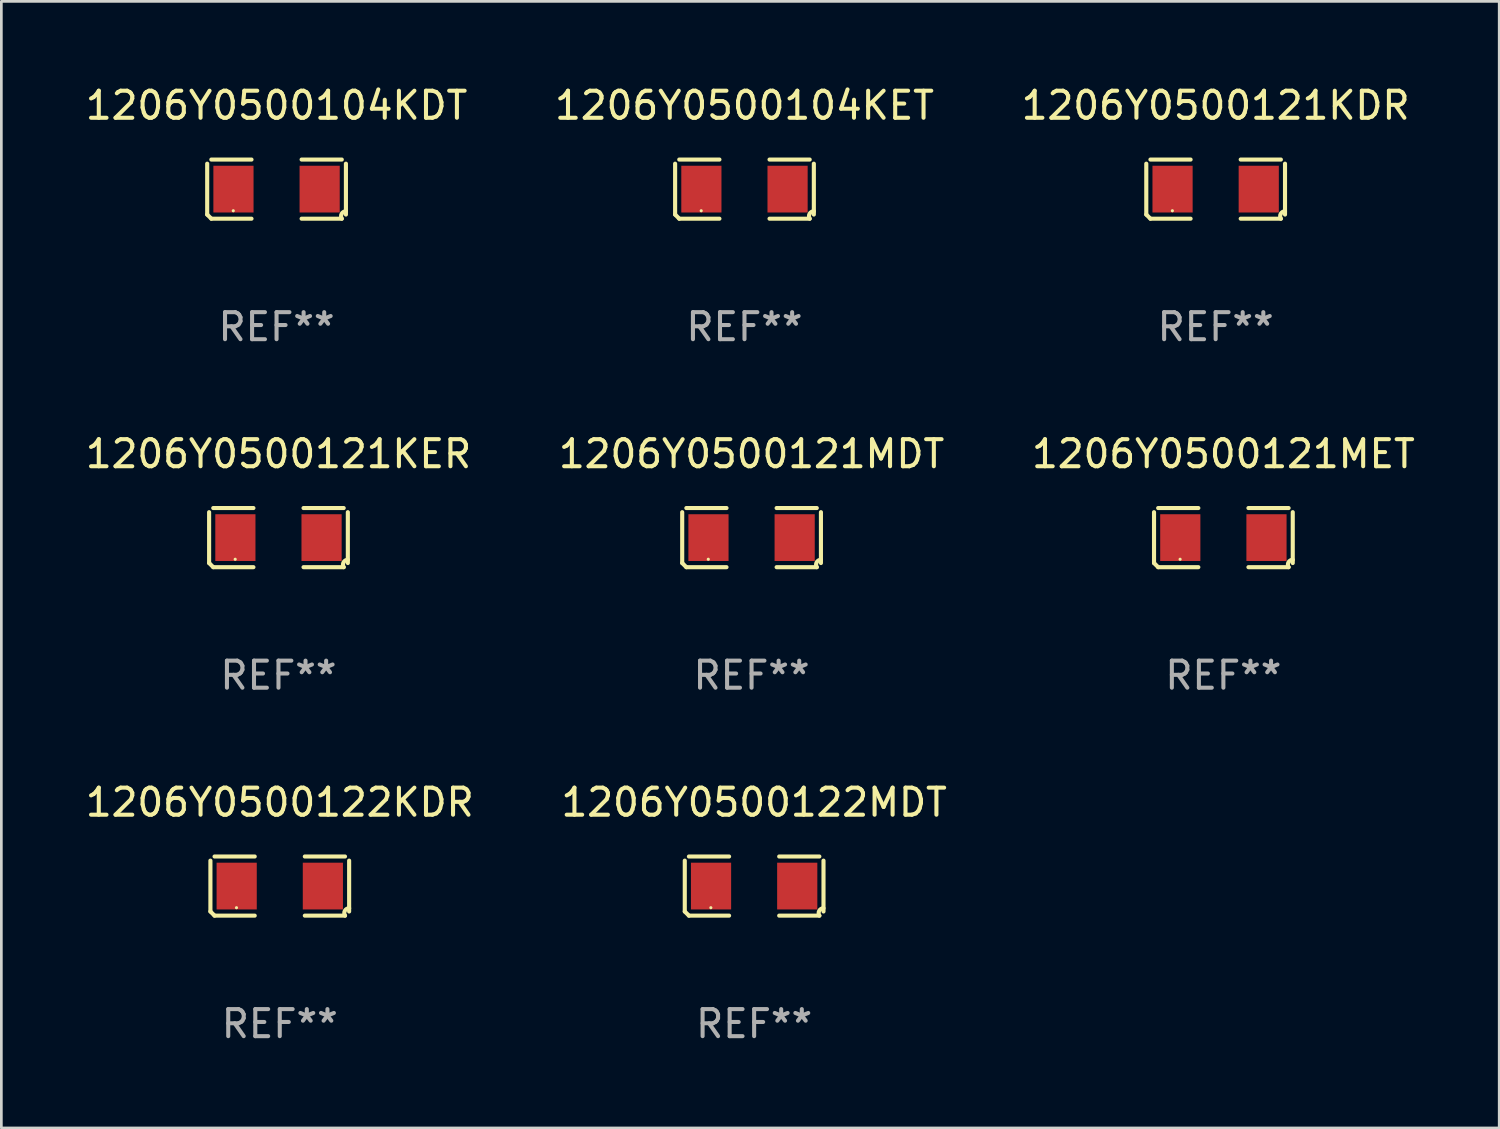
<source format=kicad_pcb>
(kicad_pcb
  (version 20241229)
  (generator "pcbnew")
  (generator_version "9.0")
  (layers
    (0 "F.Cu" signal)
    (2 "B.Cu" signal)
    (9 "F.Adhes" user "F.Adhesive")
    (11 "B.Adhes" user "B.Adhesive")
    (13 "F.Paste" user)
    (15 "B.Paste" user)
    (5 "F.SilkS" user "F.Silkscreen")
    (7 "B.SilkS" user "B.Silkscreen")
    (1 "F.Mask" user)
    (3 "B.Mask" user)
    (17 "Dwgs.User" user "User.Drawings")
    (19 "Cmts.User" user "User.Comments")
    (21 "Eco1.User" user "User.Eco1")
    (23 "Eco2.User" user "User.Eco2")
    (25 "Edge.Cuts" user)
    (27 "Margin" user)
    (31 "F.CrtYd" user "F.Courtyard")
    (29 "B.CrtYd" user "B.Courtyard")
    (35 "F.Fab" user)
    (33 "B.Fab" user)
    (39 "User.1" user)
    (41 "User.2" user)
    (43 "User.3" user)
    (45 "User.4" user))
  (footprint "1206Y0500121MDT"
    (layer "F.Cu")
    (at 24.732 16.823)
    (property "Reference" "1206Y0500121MDT" (at 0 -3.093 0) (layer "F.SilkS") (effects (font (size 1 1) (thickness 0.15))))
    (attr through_hole)
    (fp_line (start -2.564 0.94) (end -2.564 -0.94) (stroke (width 0.152) (type solid)) (layer "F.SilkS"))
    (fp_line (start -2.411 -1.093) (end -0.926 -1.093) (stroke (width 0.152) (type solid)) (layer "F.SilkS"))
    (fp_line (start -0.926 1.093) (end -2.411 1.093) (stroke (width 0.152) (type solid)) (layer "F.SilkS"))
    (fp_line (start 0.926 1.093) (end 2.411 1.093) (stroke (width 0.152) (type solid)) (layer "F.SilkS"))
    (fp_line (start 2.411 -1.093) (end 0.926 -1.093) (stroke (width 0.152) (type solid)) (layer "F.SilkS"))
    (fp_line (start 2.564 0.94) (end 2.564 -0.94) (stroke (width 0.152) (type solid)) (layer "F.SilkS"))
    (fp_arc (start -2.411201 1.092609) (mid -2.487413 1.01642) (end -2.563602 0.940208) (stroke (width 0.1524) (type solid)) (layer "F.SilkS"))
    (fp_arc (start 2.411201 1.092609) (mid 2.407159 0.911226) (end 2.563602 0.819347) (stroke (width 0.1524) (type solid)) (layer "F.SilkS"))
    (fp_circle (center -1.6 0.8) (end -1.57 0.8) (stroke (width 0.06) (type solid)) (fill no) (layer "F.SilkS"))
    (fp_text user "REF**" (at 0 5.093 0) (layer "F.Fab") (effects (font (size 1 1) (thickness 0.15))))
    (pad "1" smd rect (at -1.593 0) (size 1.485 1.728) (layers "F.Cu" "F.Mask" "F.Paste"))
    (pad "2" smd rect (at 1.593 0) (size 1.485 1.728) (layers "F.Cu" "F.Mask" "F.Paste")))
  (footprint "1206Y0500121MET"
    (layer "F.Cu")
    (at 42.173 16.823)
    (property "Reference" "1206Y0500121MET" (at 0 -3.093 0) (layer "F.SilkS") (effects (font (size 1 1) (thickness 0.15))))
    (attr through_hole)
    (fp_line (start -2.564 0.94) (end -2.564 -0.94) (stroke (width 0.152) (type solid)) (layer "F.SilkS"))
    (fp_line (start -2.411 -1.093) (end -0.926 -1.093) (stroke (width 0.152) (type solid)) (layer "F.SilkS"))
    (fp_line (start -0.926 1.093) (end -2.411 1.093) (stroke (width 0.152) (type solid)) (layer "F.SilkS"))
    (fp_line (start 0.926 1.093) (end 2.411 1.093) (stroke (width 0.152) (type solid)) (layer "F.SilkS"))
    (fp_line (start 2.411 -1.093) (end 0.926 -1.093) (stroke (width 0.152) (type solid)) (layer "F.SilkS"))
    (fp_line (start 2.564 0.94) (end 2.564 -0.94) (stroke (width 0.152) (type solid)) (layer "F.SilkS"))
    (fp_arc (start -2.411201 1.092609) (mid -2.487413 1.01642) (end -2.563602 0.940208) (stroke (width 0.1524) (type solid)) (layer "F.SilkS"))
    (fp_arc (start 2.411201 1.092609) (mid 2.407159 0.911226) (end 2.563602 0.819347) (stroke (width 0.1524) (type solid)) (layer "F.SilkS"))
    (fp_circle (center -1.6 0.8) (end -1.57 0.8) (stroke (width 0.06) (type solid)) (fill no) (layer "F.SilkS"))
    (fp_text user "REF**" (at 0 5.093 0) (layer "F.Fab") (effects (font (size 1 1) (thickness 0.15))))
    (pad "1" smd rect (at -1.593 0) (size 1.485 1.728) (layers "F.Cu" "F.Mask" "F.Paste"))
    (pad "2" smd rect (at 1.593 0) (size 1.485 1.728) (layers "F.Cu" "F.Mask" "F.Paste")))
  (footprint "1206Y0500122KDR"
    (layer "F.Cu")
    (at 7.292 29.704)
    (property "Reference" "1206Y0500122KDR" (at 0 -3.093 0) (layer "F.SilkS") (effects (font (size 1 1) (thickness 0.15))))
    (attr through_hole)
    (fp_line (start -2.564 0.94) (end -2.564 -0.94) (stroke (width 0.152) (type solid)) (layer "F.SilkS"))
    (fp_line (start -2.411 -1.093) (end -0.926 -1.093) (stroke (width 0.152) (type solid)) (layer "F.SilkS"))
    (fp_line (start -0.926 1.093) (end -2.411 1.093) (stroke (width 0.152) (type solid)) (layer "F.SilkS"))
    (fp_line (start 0.926 1.093) (end 2.411 1.093) (stroke (width 0.152) (type solid)) (layer "F.SilkS"))
    (fp_line (start 2.411 -1.093) (end 0.926 -1.093) (stroke (width 0.152) (type solid)) (layer "F.SilkS"))
    (fp_line (start 2.564 0.94) (end 2.564 -0.94) (stroke (width 0.152) (type solid)) (layer "F.SilkS"))
    (fp_arc (start -2.411201 1.092609) (mid -2.487413 1.01642) (end -2.563602 0.940208) (stroke (width 0.1524) (type solid)) (layer "F.SilkS"))
    (fp_arc (start 2.411201 1.092609) (mid 2.407159 0.911226) (end 2.563602 0.819347) (stroke (width 0.1524) (type solid)) (layer "F.SilkS"))
    (fp_circle (center -1.6 0.8) (end -1.57 0.8) (stroke (width 0.06) (type solid)) (fill no) (layer "F.SilkS"))
    (fp_text user "REF**" (at 0 5.093 0) (layer "F.Fab") (effects (font (size 1 1) (thickness 0.15))))
    (pad "1" smd rect (at -1.593 0) (size 1.485 1.728) (layers "F.Cu" "F.Mask" "F.Paste"))
    (pad "2" smd rect (at 1.593 0) (size 1.485 1.728) (layers "F.Cu" "F.Mask" "F.Paste")))
  (footprint "1206Y0500104KET"
    (layer "F.Cu")
    (at 24.47 3.941)
    (property "Reference" "1206Y0500104KET" (at 0 -3.093 0) (layer "F.SilkS") (effects (font (size 1 1) (thickness 0.15))))
    (attr through_hole)
    (fp_line (start -2.564 0.94) (end -2.564 -0.94) (stroke (width 0.152) (type solid)) (layer "F.SilkS"))
    (fp_line (start -2.411 -1.093) (end -0.926 -1.093) (stroke (width 0.152) (type solid)) (layer "F.SilkS"))
    (fp_line (start -0.926 1.093) (end -2.411 1.093) (stroke (width 0.152) (type solid)) (layer "F.SilkS"))
    (fp_line (start 0.926 1.093) (end 2.411 1.093) (stroke (width 0.152) (type solid)) (layer "F.SilkS"))
    (fp_line (start 2.411 -1.093) (end 0.926 -1.093) (stroke (width 0.152) (type solid)) (layer "F.SilkS"))
    (fp_line (start 2.564 0.94) (end 2.564 -0.94) (stroke (width 0.152) (type solid)) (layer "F.SilkS"))
    (fp_arc (start -2.411201 1.092609) (mid -2.487413 1.01642) (end -2.563602 0.940208) (stroke (width 0.1524) (type solid)) (layer "F.SilkS"))
    (fp_arc (start 2.411201 1.092609) (mid 2.407159 0.911226) (end 2.563602 0.819347) (stroke (width 0.1524) (type solid)) (layer "F.SilkS"))
    (fp_circle (center -1.6 0.8) (end -1.57 0.8) (stroke (width 0.06) (type solid)) (fill no) (layer "F.SilkS"))
    (fp_text user "REF**" (at 0 5.093 0) (layer "F.Fab") (effects (font (size 1 1) (thickness 0.15))))
    (pad "1" smd rect (at -1.593 0) (size 1.485 1.728) (layers "F.Cu" "F.Mask" "F.Paste"))
    (pad "2" smd rect (at 1.593 0) (size 1.485 1.728) (layers "F.Cu" "F.Mask" "F.Paste")))
  (footprint "1206Y0500104KDT"
    (layer "F.Cu")
    (at 7.173 3.941)
    (property "Reference" "1206Y0500104KDT" (at 0 -3.093 0) (layer "F.SilkS") (effects (font (size 1 1) (thickness 0.15))))
    (attr through_hole)
    (fp_line (start -2.564 0.94) (end -2.564 -0.94) (stroke (width 0.152) (type solid)) (layer "F.SilkS"))
    (fp_line (start -2.411 -1.093) (end -0.926 -1.093) (stroke (width 0.152) (type solid)) (layer "F.SilkS"))
    (fp_line (start -0.926 1.093) (end -2.411 1.093) (stroke (width 0.152) (type solid)) (layer "F.SilkS"))
    (fp_line (start 0.926 1.093) (end 2.411 1.093) (stroke (width 0.152) (type solid)) (layer "F.SilkS"))
    (fp_line (start 2.411 -1.093) (end 0.926 -1.093) (stroke (width 0.152) (type solid)) (layer "F.SilkS"))
    (fp_line (start 2.564 0.94) (end 2.564 -0.94) (stroke (width 0.152) (type solid)) (layer "F.SilkS"))
    (fp_arc (start -2.411201 1.092609) (mid -2.487413 1.01642) (end -2.563602 0.940208) (stroke (width 0.1524) (type solid)) (layer "F.SilkS"))
    (fp_arc (start 2.411201 1.092609) (mid 2.407159 0.911226) (end 2.563602 0.819347) (stroke (width 0.1524) (type solid)) (layer "F.SilkS"))
    (fp_circle (center -1.6 0.8) (end -1.57 0.8) (stroke (width 0.06) (type solid)) (fill no) (layer "F.SilkS"))
    (fp_text user "REF**" (at 0 5.093 0) (layer "F.Fab") (effects (font (size 1 1) (thickness 0.15))))
    (pad "1" smd rect (at -1.593 0) (size 1.485 1.728) (layers "F.Cu" "F.Mask" "F.Paste"))
    (pad "2" smd rect (at 1.593 0) (size 1.485 1.728) (layers "F.Cu" "F.Mask" "F.Paste")))
  (footprint "1206Y0500121KER"
    (layer "F.Cu")
    (at 7.244 16.823)
    (property "Reference" "1206Y0500121KER" (at 0 -3.093 0) (layer "F.SilkS") (effects (font (size 1 1) (thickness 0.15))))
    (attr through_hole)
    (fp_line (start -2.564 0.94) (end -2.564 -0.94) (stroke (width 0.152) (type solid)) (layer "F.SilkS"))
    (fp_line (start -2.411 -1.093) (end -0.926 -1.093) (stroke (width 0.152) (type solid)) (layer "F.SilkS"))
    (fp_line (start -0.926 1.093) (end -2.411 1.093) (stroke (width 0.152) (type solid)) (layer "F.SilkS"))
    (fp_line (start 0.926 1.093) (end 2.411 1.093) (stroke (width 0.152) (type solid)) (layer "F.SilkS"))
    (fp_line (start 2.411 -1.093) (end 0.926 -1.093) (stroke (width 0.152) (type solid)) (layer "F.SilkS"))
    (fp_line (start 2.564 0.94) (end 2.564 -0.94) (stroke (width 0.152) (type solid)) (layer "F.SilkS"))
    (fp_arc (start -2.411201 1.092609) (mid -2.487413 1.01642) (end -2.563602 0.940208) (stroke (width 0.1524) (type solid)) (layer "F.SilkS"))
    (fp_arc (start 2.411201 1.092609) (mid 2.407159 0.911226) (end 2.563602 0.819347) (stroke (width 0.1524) (type solid)) (layer "F.SilkS"))
    (fp_circle (center -1.6 0.8) (end -1.57 0.8) (stroke (width 0.06) (type solid)) (fill no) (layer "F.SilkS"))
    (fp_text user "REF**" (at 0 5.093 0) (layer "F.Fab") (effects (font (size 1 1) (thickness 0.15))))
    (pad "1" smd rect (at -1.593 0) (size 1.485 1.728) (layers "F.Cu" "F.Mask" "F.Paste"))
    (pad "2" smd rect (at 1.593 0) (size 1.485 1.728) (layers "F.Cu" "F.Mask" "F.Paste")))
  (footprint "1206Y0500121KDR"
    (layer "F.Cu")
    (at 41.887 3.941)
    (property "Reference" "1206Y0500121KDR" (at 0 -3.093 0) (layer "F.SilkS") (effects (font (size 1 1) (thickness 0.15))))
    (attr through_hole)
    (fp_line (start -2.564 0.94) (end -2.564 -0.94) (stroke (width 0.152) (type solid)) (layer "F.SilkS"))
    (fp_line (start -2.411 -1.093) (end -0.926 -1.093) (stroke (width 0.152) (type solid)) (layer "F.SilkS"))
    (fp_line (start -0.926 1.093) (end -2.411 1.093) (stroke (width 0.152) (type solid)) (layer "F.SilkS"))
    (fp_line (start 0.926 1.093) (end 2.411 1.093) (stroke (width 0.152) (type solid)) (layer "F.SilkS"))
    (fp_line (start 2.411 -1.093) (end 0.926 -1.093) (stroke (width 0.152) (type solid)) (layer "F.SilkS"))
    (fp_line (start 2.564 0.94) (end 2.564 -0.94) (stroke (width 0.152) (type solid)) (layer "F.SilkS"))
    (fp_arc (start -2.411201 1.092609) (mid -2.487413 1.01642) (end -2.563602 0.940208) (stroke (width 0.1524) (type solid)) (layer "F.SilkS"))
    (fp_arc (start 2.411201 1.092609) (mid 2.407159 0.911226) (end 2.563602 0.819347) (stroke (width 0.1524) (type solid)) (layer "F.SilkS"))
    (fp_circle (center -1.6 0.8) (end -1.57 0.8) (stroke (width 0.06) (type solid)) (fill no) (layer "F.SilkS"))
    (fp_text user "REF**" (at 0 5.093 0) (layer "F.Fab") (effects (font (size 1 1) (thickness 0.15))))
    (pad "1" smd rect (at -1.593 0) (size 1.485 1.728) (layers "F.Cu" "F.Mask" "F.Paste"))
    (pad "2" smd rect (at 1.593 0) (size 1.485 1.728) (layers "F.Cu" "F.Mask" "F.Paste")))
  (footprint "1206Y0500122MDT"
    (layer "F.Cu")
    (at 24.827 29.704)
    (property "Reference" "1206Y0500122MDT" (at 0 -3.093 0) (layer "F.SilkS") (effects (font (size 1 1) (thickness 0.15))))
    (attr through_hole)
    (fp_line (start -2.564 0.94) (end -2.564 -0.94) (stroke (width 0.152) (type solid)) (layer "F.SilkS"))
    (fp_line (start -2.411 -1.093) (end -0.926 -1.093) (stroke (width 0.152) (type solid)) (layer "F.SilkS"))
    (fp_line (start -0.926 1.093) (end -2.411 1.093) (stroke (width 0.152) (type solid)) (layer "F.SilkS"))
    (fp_line (start 0.926 1.093) (end 2.411 1.093) (stroke (width 0.152) (type solid)) (layer "F.SilkS"))
    (fp_line (start 2.411 -1.093) (end 0.926 -1.093) (stroke (width 0.152) (type solid)) (layer "F.SilkS"))
    (fp_line (start 2.564 0.94) (end 2.564 -0.94) (stroke (width 0.152) (type solid)) (layer "F.SilkS"))
    (fp_arc (start -2.411201 1.092609) (mid -2.487413 1.01642) (end -2.563602 0.940208) (stroke (width 0.1524) (type solid)) (layer "F.SilkS"))
    (fp_arc (start 2.411201 1.092609) (mid 2.407159 0.911226) (end 2.563602 0.819347) (stroke (width 0.1524) (type solid)) (layer "F.SilkS"))
    (fp_circle (center -1.6 0.8) (end -1.57 0.8) (stroke (width 0.06) (type solid)) (fill no) (layer "F.SilkS"))
    (fp_text user "REF**" (at 0 5.093 0) (layer "F.Fab") (effects (font (size 1 1) (thickness 0.15))))
    (pad "1" smd rect (at -1.593 0) (size 1.485 1.728) (layers "F.Cu" "F.Mask" "F.Paste"))
    (pad "2" smd rect (at 1.593 0) (size 1.485 1.728) (layers "F.Cu" "F.Mask" "F.Paste")))
  (gr_rect
    (start -3 -3)
    (end 52.369 38.645)
    (stroke (width 0.1) (type default))
    (fill no)
    (layer "Edge.Cuts")))
</source>
